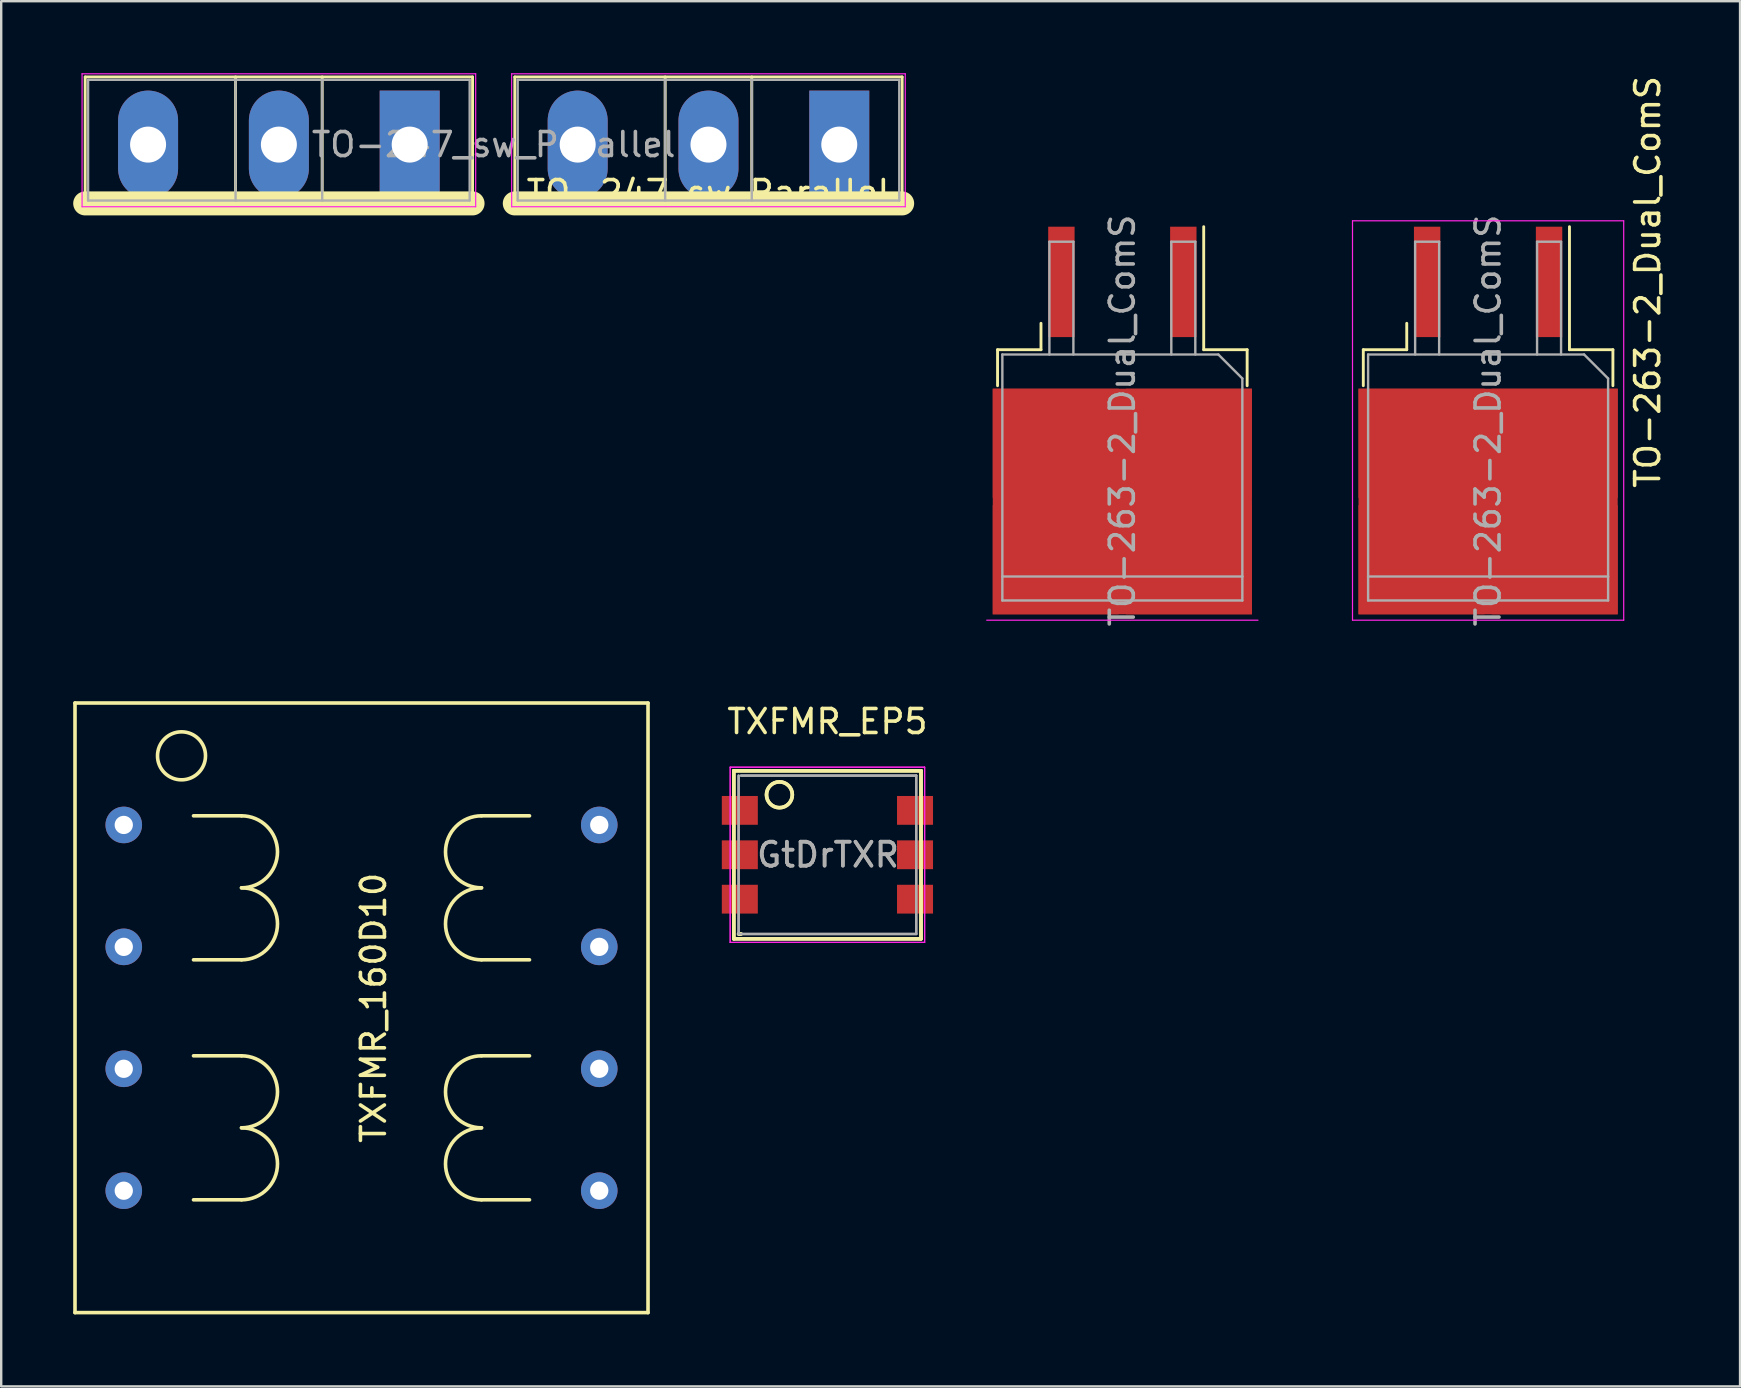
<source format=kicad_pcb>
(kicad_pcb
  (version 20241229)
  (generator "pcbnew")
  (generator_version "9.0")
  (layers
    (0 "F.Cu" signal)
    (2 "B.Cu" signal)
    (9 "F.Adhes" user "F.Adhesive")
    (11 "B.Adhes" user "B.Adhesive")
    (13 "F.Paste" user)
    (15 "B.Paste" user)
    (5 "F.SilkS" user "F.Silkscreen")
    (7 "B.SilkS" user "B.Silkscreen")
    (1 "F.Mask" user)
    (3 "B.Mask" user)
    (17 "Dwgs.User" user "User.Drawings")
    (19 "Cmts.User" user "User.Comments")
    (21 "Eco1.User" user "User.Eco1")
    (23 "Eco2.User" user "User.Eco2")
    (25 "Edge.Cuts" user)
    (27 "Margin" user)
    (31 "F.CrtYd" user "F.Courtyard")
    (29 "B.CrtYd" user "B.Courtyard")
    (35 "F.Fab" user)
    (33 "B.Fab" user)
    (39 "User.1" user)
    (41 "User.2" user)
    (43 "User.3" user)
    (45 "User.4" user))
  (footprint "TO-247_sw_Parallel"
    (layer "F.Cu")
    (at 17.52 2.975)
    (property "Reference" "TO-247_sw_Parallel" (at 8.95 2 0) (layer "F.SilkS") (effects (font (size 1 1) (thickness 0.15))))
    (attr through_hole)
    (fp_line (start -17.02 2.451) (end -17.02 -2.82) (stroke (width 0.12) (type solid)) (layer "F.SilkS"))
    (fp_line (start -10.755 2.451) (end -10.755 -2.82) (stroke (width 0.12) (type solid)) (layer "F.SilkS"))
    (fp_line (start -7.146 2.451) (end -7.146 -2.82) (stroke (width 0.12) (type solid)) (layer "F.SilkS"))
    (fp_line (start -0.88 -2.82) (end -17.02 -2.82) (stroke (width 0.12) (type solid)) (layer "F.SilkS"))
    (fp_line (start -0.88 2.451) (end -17.02 2.451) (stroke (width 1) (type solid)) (layer "F.SilkS"))
    (fp_line (start -0.88 2.451) (end -0.88 -2.82) (stroke (width 0.12) (type solid)) (layer "F.SilkS"))
    (fp_line (start 0.88 2.451) (end 0.88 -2.82) (stroke (width 0.12) (type solid)) (layer "F.SilkS"))
    (fp_line (start 7.145 2.451) (end 7.145 -2.82) (stroke (width 0.12) (type solid)) (layer "F.SilkS"))
    (fp_line (start 10.754 2.451) (end 10.754 -2.82) (stroke (width 0.12) (type solid)) (layer "F.SilkS"))
    (fp_line (start 17.02 -2.82) (end 0.88 -2.82) (stroke (width 0.12) (type solid)) (layer "F.SilkS"))
    (fp_line (start 17.02 2.451) (end 0.88 2.451) (stroke (width 1) (type solid)) (layer "F.SilkS"))
    (fp_line (start 17.02 2.451) (end 17.02 -2.82) (stroke (width 0.12) (type solid)) (layer "F.SilkS"))
    (fp_line (start -17.15 -2.95) (end -17.15 2.59) (stroke (width 0.05) (type solid)) (layer "F.CrtYd"))
    (fp_line (start -17.15 2.59) (end -0.75 2.59) (stroke (width 0.05) (type solid)) (layer "F.CrtYd"))
    (fp_line (start -0.75 -2.95) (end -17.15 -2.95) (stroke (width 0.05) (type solid)) (layer "F.CrtYd"))
    (fp_line (start -0.75 2.59) (end -0.75 -2.95) (stroke (width 0.05) (type solid)) (layer "F.CrtYd"))
    (fp_line (start 0.75 -2.95) (end 0.75 2.59) (stroke (width 0.05) (type solid)) (layer "F.CrtYd"))
    (fp_line (start 0.75 2.59) (end 17.15 2.59) (stroke (width 0.05) (type solid)) (layer "F.CrtYd"))
    (fp_line (start 17.15 -2.95) (end 0.75 -2.95) (stroke (width 0.05) (type solid)) (layer "F.CrtYd"))
    (fp_line (start 17.15 2.59) (end 17.15 -2.95) (stroke (width 0.05) (type solid)) (layer "F.CrtYd"))
    (fp_line (start -16.9 -2.7) (end -16.9 2.33) (stroke (width 0.1) (type solid)) (layer "F.Fab"))
    (fp_line (start -16.9 2.33) (end -1 2.33) (stroke (width 0.1) (type solid)) (layer "F.Fab"))
    (fp_line (start -10.755 2.33) (end -10.755 -2.7) (stroke (width 0.1) (type solid)) (layer "F.Fab"))
    (fp_line (start -7.145 2.33) (end -7.145 -2.7) (stroke (width 0.1) (type solid)) (layer "F.Fab"))
    (fp_line (start -1 -2.7) (end -16.9 -2.7) (stroke (width 0.1) (type solid)) (layer "F.Fab"))
    (fp_line (start -1 2.33) (end -1 -2.7) (stroke (width 0.1) (type solid)) (layer "F.Fab"))
    (fp_line (start 1 -2.7) (end 1 2.33) (stroke (width 0.1) (type solid)) (layer "F.Fab"))
    (fp_line (start 1 2.33) (end 16.9 2.33) (stroke (width 0.1) (type solid)) (layer "F.Fab"))
    (fp_line (start 7.145 2.33) (end 7.145 -2.7) (stroke (width 0.1) (type solid)) (layer "F.Fab"))
    (fp_line (start 10.755 2.33) (end 10.755 -2.7) (stroke (width 0.1) (type solid)) (layer "F.Fab"))
    (fp_line (start 16.9 -2.7) (end 1 -2.7) (stroke (width 0.1) (type solid)) (layer "F.Fab"))
    (fp_line (start 16.9 2.33) (end 16.9 -2.7) (stroke (width 0.1) (type solid)) (layer "F.Fab"))
    (fp_text user "${REFERENCE}" (at 0 0 180) (layer "F.Fab") (effects (font (size 1 1) (thickness 0.15))))
    (pad "D" thru_hole oval (at -8.95 0 180) (size 2.5 4.5) (drill 1.5) (layers "*.Cu" "*.Mask"))
    (pad "D" thru_hole oval (at 8.95 0 180) (size 2.5 4.5) (drill 1.5) (layers "*.Cu" "*.Mask"))
    (pad "Ga" thru_hole rect (at 14.4 0 180) (size 2.5 4.5) (drill 1.5) (layers "*.Cu" "*.Mask"))
    (pad "Gb" thru_hole rect (at -3.5 0 180) (size 2.5 4.5) (drill 1.5) (layers "*.Cu" "*.Mask"))
    (pad "S" thru_hole oval (at -14.4 0 180) (size 2.5 4.5) (drill 1.5) (layers "*.Cu" "*.Mask"))
    (pad "S" thru_hole oval (at 3.5 0 180) (size 2.5 4.5) (drill 1.5) (layers "*.Cu" "*.Mask")))
  (footprint "TXFMR_EP5"
    (layer "F.Cu")
    (at 31.426 32.566)
    (property "Reference" "TXFMR_EP5" (at 0 -5.55 0) (layer "F.SilkS") (effects (font (size 1 1) (thickness 0.15))))
    (attr smd)
    (fp_line (start -3.9 -3.5) (end 3.9 -3.5) (stroke (width 0.15) (type solid)) (layer "F.SilkS"))
    (fp_line (start -3.9 -3.5) (end 3.9 -3.5) (stroke (width 0.15) (type solid)) (layer "F.SilkS"))
    (fp_line (start -3.9 3.5) (end -3.9 -3.5) (stroke (width 0.15) (type solid)) (layer "F.SilkS"))
    (fp_line (start -3.9 3.5) (end -3.9 -3.5) (stroke (width 0.15) (type solid)) (layer "F.SilkS"))
    (fp_line (start -3.6 3.3) (end -3.7 3.3) (stroke (width 0.15) (type solid)) (layer "F.SilkS"))
    (fp_line (start -3.6 3.3) (end -3.7 3.3) (stroke (width 0.15) (type solid)) (layer "F.SilkS"))
    (fp_line (start 3.9 -3.5) (end 3.9 3.5) (stroke (width 0.15) (type solid)) (layer "F.SilkS"))
    (fp_line (start 3.9 -3.5) (end 3.9 3.5) (stroke (width 0.15) (type solid)) (layer "F.SilkS"))
    (fp_line (start 3.9 3.5) (end -3.9 3.5) (stroke (width 0.15) (type solid)) (layer "F.SilkS"))
    (fp_line (start 3.9 3.5) (end -3.9 3.5) (stroke (width 0.15) (type solid)) (layer "F.SilkS"))
    (fp_circle (center -2 -2.5) (end -1.5 -2.3) (stroke (width 0.15) (type solid)) (fill no) (layer "F.SilkS"))
    (fp_circle (center -2 -2.5) (end -1.5 -2.3) (stroke (width 0.15) (type solid)) (fill no) (layer "F.SilkS"))
    (fp_line (start -4.05 -3.65) (end -4.05 3.65) (stroke (width 0.05) (type solid)) (layer "F.CrtYd"))
    (fp_line (start -4.05 -3.65) (end -4.05 3.65) (stroke (width 0.05) (type solid)) (layer "F.CrtYd"))
    (fp_line (start -4.05 -3.65) (end 4.05 -3.65) (stroke (width 0.05) (type solid)) (layer "F.CrtYd"))
    (fp_line (start -4.05 -3.65) (end 4.05 -3.65) (stroke (width 0.05) (type solid)) (layer "F.CrtYd"))
    (fp_line (start 4.05 3.65) (end -4.05 3.65) (stroke (width 0.05) (type solid)) (layer "F.CrtYd"))
    (fp_line (start 4.05 3.65) (end -4.05 3.65) (stroke (width 0.05) (type solid)) (layer "F.CrtYd"))
    (fp_line (start 4.05 3.65) (end 4.05 -3.65) (stroke (width 0.05) (type solid)) (layer "F.CrtYd"))
    (fp_line (start 4.05 3.65) (end 4.05 -3.65) (stroke (width 0.05) (type solid)) (layer "F.CrtYd"))
    (fp_line (start -3.7 3.3) (end -3.7 -3.3) (stroke (width 0.1) (type solid)) (layer "F.Fab"))
    (fp_line (start -3.7 3.3) (end -3.7 -3.3) (stroke (width 0.1) (type solid)) (layer "F.Fab"))
    (fp_line (start -3.6 -3.3) (end 3.7 -3.3) (stroke (width 0.1) (type solid)) (layer "F.Fab"))
    (fp_line (start -3.6 -3.3) (end 3.7 -3.3) (stroke (width 0.1) (type solid)) (layer "F.Fab"))
    (fp_line (start 3.7 -3.3) (end 3.7 3.3) (stroke (width 0.1) (type solid)) (layer "F.Fab"))
    (fp_line (start 3.7 -3.3) (end 3.7 3.3) (stroke (width 0.1) (type solid)) (layer "F.Fab"))
    (fp_line (start 3.7 3.3) (end -3.6 3.3) (stroke (width 0.1) (type solid)) (layer "F.Fab"))
    (fp_line (start 3.7 3.3) (end -3.6 3.3) (stroke (width 0.1) (type solid)) (layer "F.Fab"))
    (fp_text user "GtDrTXR" (at 0.025 0 0) (layer "F.Fab") (effects (font (size 1 1) (thickness 0.15))))
    (fp_text user "GtDrTXR" (at 0.025 0 0) (layer "F.Fab") (effects (font (size 1 1) (thickness 0.15))))
    (pad "1" smd rect (at -3.65 -1.85) (size 1.5 1.2) (layers "F.Cu" "F.Mask" "F.Paste"))
    (pad "2" smd rect (at -3.65 0) (size 1.5 1.2) (layers "F.Cu" "F.Mask" "F.Paste"))
    (pad "3" smd rect (at -3.65 1.85) (size 1.5 1.2) (layers "F.Cu" "F.Mask" "F.Paste"))
    (pad "4" smd rect (at 3.65 1.85) (size 1.5 1.2) (layers "F.Cu" "F.Mask" "F.Paste"))
    (pad "5" smd rect (at 3.65 0) (size 1.5 1.2) (layers "F.Cu" "F.Mask" "F.Paste"))
    (pad "6" smd rect (at 3.65 -1.85) (size 1.5 1.2) (layers "F.Cu" "F.Mask" "F.Paste")))
  (footprint "TXFMR_160D10"
    (layer "F.Cu")
    (at 12.013 38.943)
    (property "Reference" "TXFMR_160D10" (at 0.5 0 90) (layer "F.SilkS") (effects (font (size 1 1) (thickness 0.15))))
    (attr through_hole)
    (fp_line (start -11.938 -12.7) (end 11.938 -12.7) (stroke (width 0.15) (type solid)) (layer "F.SilkS"))
    (fp_line (start -11.938 12.7) (end -11.938 -12.7) (stroke (width 0.15) (type solid)) (layer "F.SilkS"))
    (fp_line (start -7 -8) (end -5 -8) (stroke (width 0.15) (type solid)) (layer "F.SilkS"))
    (fp_line (start -7 -2) (end -5 -2) (stroke (width 0.15) (type solid)) (layer "F.SilkS"))
    (fp_line (start -7 2) (end -5 2) (stroke (width 0.15) (type solid)) (layer "F.SilkS"))
    (fp_line (start -7 8) (end -5 8) (stroke (width 0.15) (type solid)) (layer "F.SilkS"))
    (fp_line (start 5 -8) (end 7 -8) (stroke (width 0.15) (type solid)) (layer "F.SilkS"))
    (fp_line (start 5 -2) (end 7 -2) (stroke (width 0.15) (type solid)) (layer "F.SilkS"))
    (fp_line (start 5 2) (end 7 2) (stroke (width 0.15) (type solid)) (layer "F.SilkS"))
    (fp_line (start 7 8) (end 5 8) (stroke (width 0.15) (type solid)) (layer "F.SilkS"))
    (fp_line (start 11.938 -12.7) (end 11.938 12.7) (stroke (width 0.15) (type solid)) (layer "F.SilkS"))
    (fp_line (start 11.938 12.7) (end -11.938 12.7) (stroke (width 0.15) (type solid)) (layer "F.SilkS"))
    (fp_arc (start -5 -8) (mid -3.5 -6.5) (end -5 -5) (stroke (width 0.15) (type solid)) (layer "F.SilkS"))
    (fp_arc (start -5 -5) (mid -3.5 -3.5) (end -5 -2) (stroke (width 0.15) (type solid)) (layer "F.SilkS"))
    (fp_arc (start -5 2) (mid -3.5 3.5) (end -5 5) (stroke (width 0.15) (type solid)) (layer "F.SilkS"))
    (fp_arc (start -5 5) (mid -3.5 6.5) (end -5 8) (stroke (width 0.15) (type solid)) (layer "F.SilkS"))
    (fp_arc (start 5 -5) (mid 3.5 -6.5) (end 5 -8) (stroke (width 0.15) (type solid)) (layer "F.SilkS"))
    (fp_arc (start 5 -2) (mid 3.5 -3.5) (end 5 -5) (stroke (width 0.15) (type solid)) (layer "F.SilkS"))
    (fp_arc (start 5 5) (mid 3.5 3.5) (end 5 2) (stroke (width 0.15) (type solid)) (layer "F.SilkS"))
    (fp_arc (start 5 8) (mid 3.5 6.5) (end 5 5) (stroke (width 0.15) (type solid)) (layer "F.SilkS"))
    (fp_circle (center -7.5 -10.5) (end -7.5 -9.5) (stroke (width 0.15) (type solid)) (fill no) (layer "F.SilkS"))
    (pad "P1" thru_hole circle (at -9.906 -7.62 90) (size 1.524 1.524) (drill 0.762) (layers "*.Cu" "*.Mask"))
    (pad "P2" thru_hole circle (at -9.906 7.62 90) (size 1.524 1.524) (drill 0.762) (layers "*.Cu" "*.Mask"))
    (pad "Pc1" thru_hole circle (at -9.906 -2.54 90) (size 1.524 1.524) (drill 0.762) (layers "*.Cu" "*.Mask"))
    (pad "Pc2" thru_hole circle (at -9.906 2.54 90) (size 1.524 1.524) (drill 0.762) (layers "*.Cu" "*.Mask"))
    (pad "S1" thru_hole circle (at 9.906 -7.62 90) (size 1.524 1.524) (drill 0.762) (layers "*.Cu" "*.Mask"))
    (pad "S2" thru_hole circle (at 9.906 7.62 90) (size 1.524 1.524) (drill 0.762) (layers "*.Cu" "*.Mask"))
    (pad "Sc1" thru_hole circle (at 9.906 -2.54 90) (size 1.524 1.524) (drill 0.762) (layers "*.Cu" "*.Mask"))
    (pad "Sc2" thru_hole circle (at 9.906 2.54 90) (size 1.524 1.524) (drill 0.762) (layers "*.Cu" "*.Mask")))
  (footprint "TO-263-2_Dual_ComS"
    (layer "F.Cu")
    (at 51.335 8.696)
    (property "Reference" "TO-263-2_Dual_ComS" (at 14.27 0 270) (layer "F.SilkS") (effects (font (size 1 1) (thickness 0.15))))
    (attr smd)
    (fp_line (start -12.82 2.825) (end -11.01 2.825) (stroke (width 0.12) (type solid)) (layer "F.SilkS"))
    (fp_line (start -12.82 4.325) (end -12.82 2.825) (stroke (width 0.12) (type solid)) (layer "F.SilkS"))
    (fp_line (start -11.01 2.825) (end -11.01 1.725) (stroke (width 0.12) (type solid)) (layer "F.SilkS"))
    (fp_line (start -4.23 2.825) (end -4.23 -2.3) (stroke (width 0.12) (type solid)) (layer "F.SilkS"))
    (fp_line (start -2.42 2.825) (end -4.23 2.825) (stroke (width 0.12) (type solid)) (layer "F.SilkS"))
    (fp_line (start -2.42 4.325) (end -2.42 2.825) (stroke (width 0.12) (type solid)) (layer "F.SilkS"))
    (fp_line (start 2.42 2.825) (end 4.23 2.825) (stroke (width 0.12) (type solid)) (layer "F.SilkS"))
    (fp_line (start 2.42 4.325) (end 2.42 2.825) (stroke (width 0.12) (type solid)) (layer "F.SilkS"))
    (fp_line (start 4.23 2.825) (end 4.23 1.725) (stroke (width 0.12) (type solid)) (layer "F.SilkS"))
    (fp_line (start 11.01 2.825) (end 11.01 -2.3) (stroke (width 0.12) (type solid)) (layer "F.SilkS"))
    (fp_line (start 12.82 2.825) (end 11.01 2.825) (stroke (width 0.12) (type solid)) (layer "F.SilkS"))
    (fp_line (start 12.82 4.325) (end 12.82 2.825) (stroke (width 0.12) (type solid)) (layer "F.SilkS"))
    (fp_line (start -13.27 14.095) (end -1.97 14.095) (stroke (width 0.05) (type solid)) (layer "F.CrtYd"))
    (fp_line (start 1.97 -2.545) (end 1.97 14.095) (stroke (width 0.05) (type solid)) (layer "F.CrtYd"))
    (fp_line (start 1.97 14.095) (end 13.27 14.095) (stroke (width 0.05) (type solid)) (layer "F.CrtYd"))
    (fp_line (start 13.27 -2.545) (end 1.97 -2.545) (stroke (width 0.05) (type solid)) (layer "F.CrtYd"))
    (fp_line (start 13.27 14.095) (end 13.27 -2.545) (stroke (width 0.05) (type solid)) (layer "F.CrtYd"))
    (fp_line (start -12.62 3.025) (end -3.62 3.025) (stroke (width 0.1) (type solid)) (layer "F.Fab"))
    (fp_line (start -12.62 12.275) (end -12.62 3.025) (stroke (width 0.1) (type solid)) (layer "F.Fab"))
    (fp_line (start -12.62 13.275) (end -12.62 12.275) (stroke (width 0.1) (type solid)) (layer "F.Fab"))
    (fp_line (start -10.66 -1.675) (end -10.66 3.025) (stroke (width 0.1) (type solid)) (layer "F.Fab"))
    (fp_line (start -9.66 -1.675) (end -10.66 -1.675) (stroke (width 0.1) (type solid)) (layer "F.Fab"))
    (fp_line (start -9.66 3.025) (end -9.66 -1.675) (stroke (width 0.1) (type solid)) (layer "F.Fab"))
    (fp_line (start -5.58 -1.675) (end -5.58 3.025) (stroke (width 0.1) (type solid)) (layer "F.Fab"))
    (fp_line (start -4.58 -1.675) (end -5.58 -1.675) (stroke (width 0.1) (type solid)) (layer "F.Fab"))
    (fp_line (start -4.58 3.025) (end -4.58 -1.675) (stroke (width 0.1) (type solid)) (layer "F.Fab"))
    (fp_line (start -3.62 3.025) (end -2.62 4.025) (stroke (width 0.1) (type solid)) (layer "F.Fab"))
    (fp_line (start -2.62 4.025) (end -2.62 12.275) (stroke (width 0.1) (type solid)) (layer "F.Fab"))
    (fp_line (start -2.62 12.275) (end -12.62 12.275) (stroke (width 0.1) (type solid)) (layer "F.Fab"))
    (fp_line (start -2.62 12.275) (end -2.62 13.275) (stroke (width 0.1) (type solid)) (layer "F.Fab"))
    (fp_line (start -2.62 13.275) (end -12.62 13.275) (stroke (width 0.1) (type solid)) (layer "F.Fab"))
    (fp_line (start 2.62 3.025) (end 11.62 3.025) (stroke (width 0.1) (type solid)) (layer "F.Fab"))
    (fp_line (start 2.62 12.275) (end 2.62 3.025) (stroke (width 0.1) (type solid)) (layer "F.Fab"))
    (fp_line (start 2.62 13.275) (end 2.62 12.275) (stroke (width 0.1) (type solid)) (layer "F.Fab"))
    (fp_line (start 4.58 -1.675) (end 4.58 3.025) (stroke (width 0.1) (type solid)) (layer "F.Fab"))
    (fp_line (start 5.58 -1.675) (end 4.58 -1.675) (stroke (width 0.1) (type solid)) (layer "F.Fab"))
    (fp_line (start 5.58 3.025) (end 5.58 -1.675) (stroke (width 0.1) (type solid)) (layer "F.Fab"))
    (fp_line (start 9.66 -1.675) (end 9.66 3.025) (stroke (width 0.1) (type solid)) (layer "F.Fab"))
    (fp_line (start 10.66 -1.675) (end 9.66 -1.675) (stroke (width 0.1) (type solid)) (layer "F.Fab"))
    (fp_line (start 10.66 3.025) (end 10.66 -1.675) (stroke (width 0.1) (type solid)) (layer "F.Fab"))
    (fp_line (start 11.62 3.025) (end 12.62 4.025) (stroke (width 0.1) (type solid)) (layer "F.Fab"))
    (fp_line (start 12.62 4.025) (end 12.62 12.275) (stroke (width 0.1) (type solid)) (layer "F.Fab"))
    (fp_line (start 12.62 12.275) (end 2.62 12.275) (stroke (width 0.1) (type solid)) (layer "F.Fab"))
    (fp_line (start 12.62 12.275) (end 12.62 13.275) (stroke (width 0.1) (type solid)) (layer "F.Fab"))
    (fp_line (start 12.62 13.275) (end 2.62 13.275) (stroke (width 0.1) (type solid)) (layer "F.Fab"))
    (fp_text user "${REFERENCE}" (at -7.62 5.775 270) (layer "F.Fab") (effects (font (size 1 1) (thickness 0.15))))
    (fp_text user "${REFERENCE}" (at 7.62 5.775 270) (layer "F.Fab") (effects (font (size 1 1) (thickness 0.15))))
    (pad "D1" smd rect (at -10.395 6.725 270) (size 4.55 5.25) (layers "F.Cu" "F.Paste"))
    (pad "D1" smd rect (at -10.395 11.575 270) (size 4.55 5.25) (layers "F.Cu" "F.Paste"))
    (pad "D1" smd rect (at -7.62 9.15 270) (size 9.4 10.8) (layers "F.Cu" "F.Mask"))
    (pad "D1" smd rect (at -4.845 6.725 270) (size 4.55 5.25) (layers "F.Cu" "F.Paste"))
    (pad "D1" smd rect (at -4.845 11.575 270) (size 4.55 5.25) (layers "F.Cu" "F.Paste"))
    (pad "D2" smd rect (at 4.845 6.725 270) (size 4.55 5.25) (layers "F.Cu" "F.Paste"))
    (pad "D2" smd rect (at 4.845 11.575 270) (size 4.55 5.25) (layers "F.Cu" "F.Paste"))
    (pad "D2" smd rect (at 7.62 9.15 270) (size 9.4 10.8) (layers "F.Cu" "F.Mask"))
    (pad "D2" smd rect (at 10.395 6.725 270) (size 4.55 5.25) (layers "F.Cu" "F.Paste"))
    (pad "D2" smd rect (at 10.395 11.575 270) (size 4.55 5.25) (layers "F.Cu" "F.Paste"))
    (pad "G" smd rect (at -5.08 0 270) (size 4.6 1.1) (layers "F.Cu" "F.Mask" "F.Paste"))
    (pad "G" smd rect (at 10.16 0 270) (size 4.6 1.1) (layers "F.Cu" "F.Mask" "F.Paste"))
    (pad "S" smd rect (at -10.16 0 270) (size 4.6 1.1) (layers "F.Cu" "F.Mask" "F.Paste"))
    (pad "S" smd rect (at 5.08 0 270) (size 4.6 1.1) (layers "F.Cu" "F.Mask" "F.Paste")))
  (gr_rect
    (start -3 -3)
    (end 69.453 54.718)
    (stroke (width 0.1) (type default))
    (fill no)
    (layer "Edge.Cuts")))
</source>
